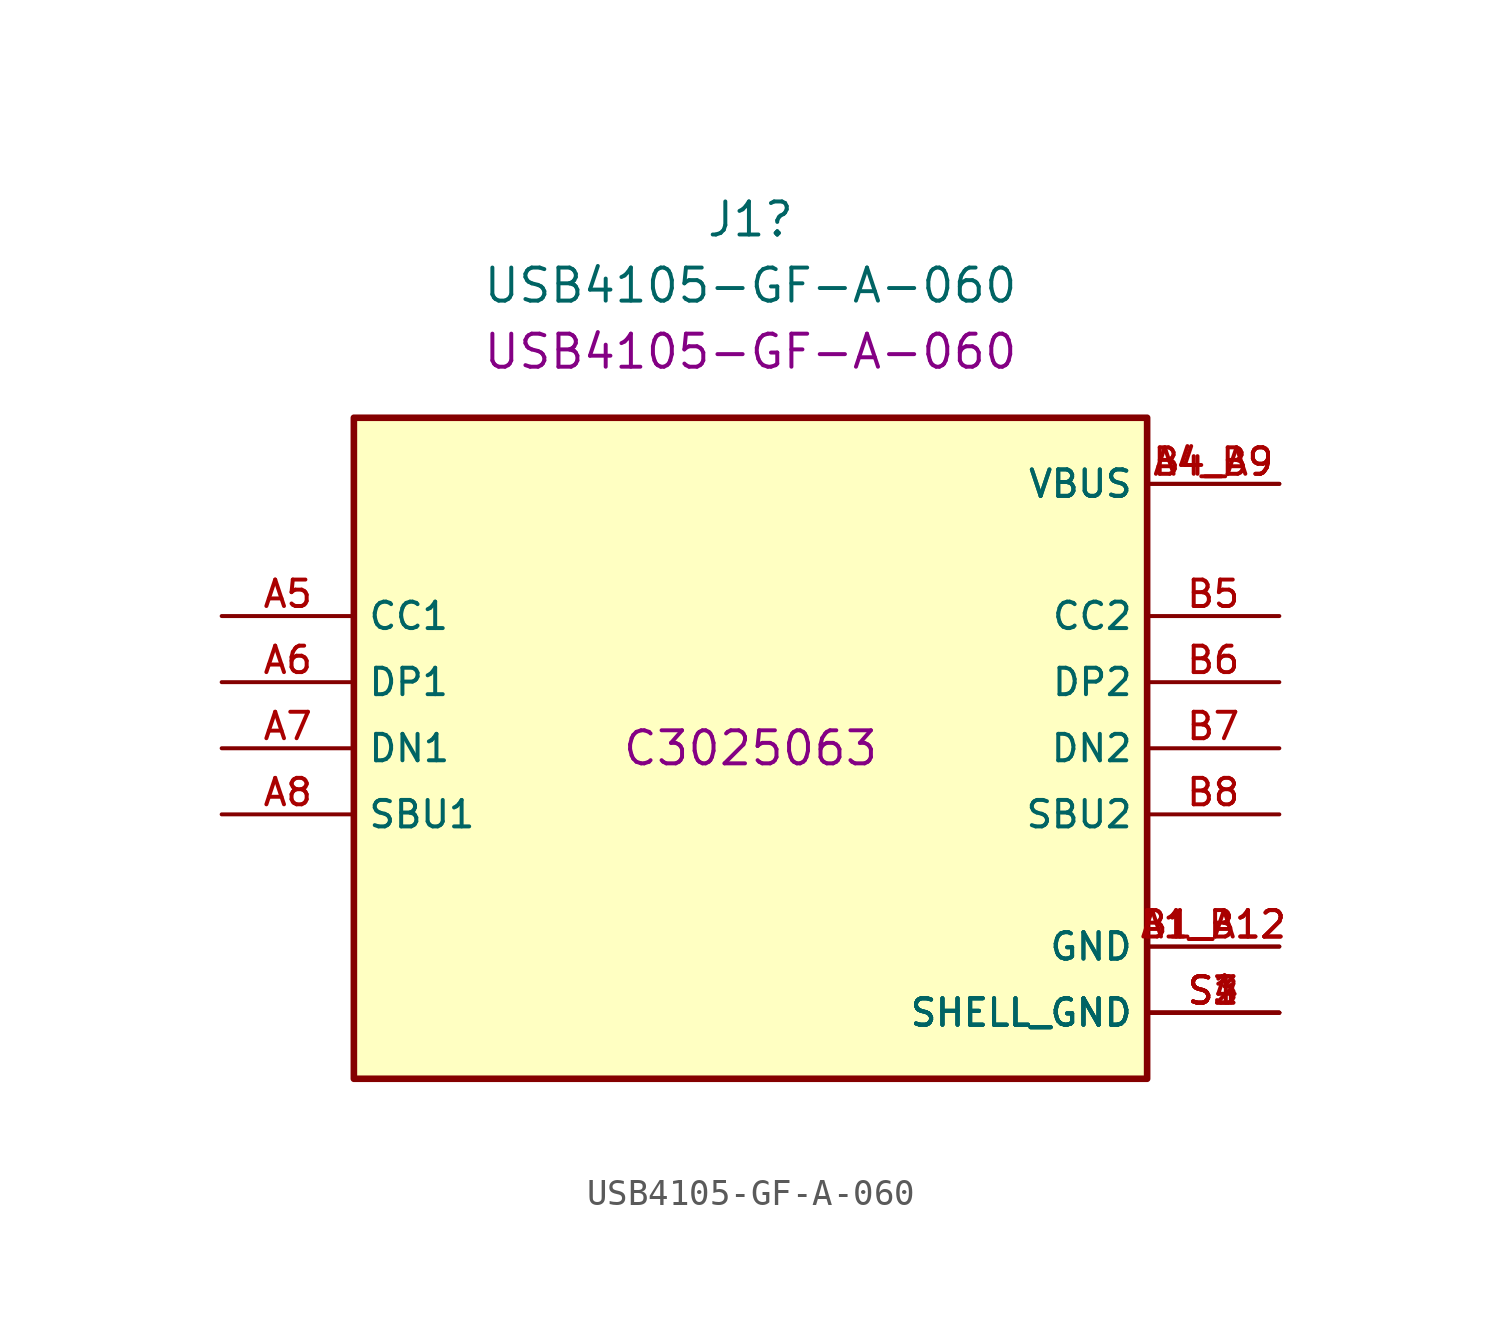
<source format=kicad_sym>
(kicad_symbol_lib
  (version 20231120)
  (generator "kicad_symbol_editor")
  (generator_version "8.0")
  (symbol "USB4105-GF-A-060"
    (property "Reference" "J1"
      (at 0 20.32 0)
      (effects (font (size 1.27 1.27))))
    (property "Value" "USB4105-GF-A-060"
      (at 0 17.78 0)
      (effects (font (size 1.27 1.27))))
    (property "MPN" "USB4105-GF-A-060"
      (at 0 15.24 0)
      (effects (font (size 1.27 1.27))))
    (property "JLPCB" "C3025063"
      (at 0 0 0)
      (effects (font (size 1.27 1.27))))
    (symbol "USB4105-GF-A-060_0_0"
      (rectangle (start -15.24 12.7) (end 15.24 -12.7) (stroke (width 0.254) (type default)) (fill (type background)))
      (pin power_in line (at 20.32 -7.62 180) (length 5.08) (name "GND" (effects (font (size 1.016 1.016)))) (number "A1_B12" (effects (font (size 1.016 1.016)))))
      (pin power_in line (at 20.32 10.16 180) (length 5.08) (name "VBUS" (effects (font (size 1.016 1.016)))) (number "A4_B9" (effects (font (size 1.016 1.016)))))
      (pin bidirectional line (at -20.32 5.08 0) (length 5.08) (name "CC1" (effects (font (size 1.016 1.016)))) (number "A5" (effects (font (size 1.016 1.016)))))
      (pin bidirectional line (at -20.32 2.54 0) (length 5.08) (name "DP1" (effects (font (size 1.016 1.016)))) (number "A6" (effects (font (size 1.016 1.016)))))
      (pin bidirectional line (at -20.32 0 0) (length 5.08) (name "DN1" (effects (font (size 1.016 1.016)))) (number "A7" (effects (font (size 1.016 1.016)))))
      (pin bidirectional line (at -20.32 -2.54 0) (length 5.08) (name "SBU1" (effects (font (size 1.016 1.016)))) (number "A8" (effects (font (size 1.016 1.016)))))
      (pin power_in line (at 20.32 -7.62 180) (length 5.08) (name "GND" (effects (font (size 1.016 1.016)))) (number "B1_A12" (effects (font (size 1.016 1.016)))))
      (pin power_in line (at 20.32 10.16 180) (length 5.08) (name "VBUS" (effects (font (size 1.016 1.016)))) (number "B4_A9" (effects (font (size 1.016 1.016)))))
      (pin bidirectional line (at 20.32 5.08 180) (length 5.08) (name "CC2" (effects (font (size 1.016 1.016)))) (number "B5" (effects (font (size 1.016 1.016)))))
      (pin bidirectional line (at 20.32 2.54 180) (length 5.08) (name "DP2" (effects (font (size 1.016 1.016)))) (number "B6" (effects (font (size 1.016 1.016)))))
      (pin bidirectional line (at 20.32 0 180) (length 5.08) (name "DN2" (effects (font (size 1.016 1.016)))) (number "B7" (effects (font (size 1.016 1.016)))))
      (pin bidirectional line (at 20.32 -2.54 180) (length 5.08) (name "SBU2" (effects (font (size 1.016 1.016)))) (number "B8" (effects (font (size 1.016 1.016)))))
      (pin power_in line (at 20.32 -10.16 180) (length 5.08) (name "SHELL_GND" (effects (font (size 1.016 1.016)))) (number "S1" (effects (font (size 1.016 1.016)))))
      (pin power_in line (at 20.32 -10.16 180) (length 5.08) (name "SHELL_GND" (effects (font (size 1.016 1.016)))) (number "S2" (effects (font (size 1.016 1.016)))))
      (pin power_in line (at 20.32 -10.16 180) (length 5.08) (name "SHELL_GND" (effects (font (size 1.016 1.016)))) (number "S3" (effects (font (size 1.016 1.016)))))
      (pin power_in line (at 20.32 -10.16 180) (length 5.08) (name "SHELL_GND" (effects (font (size 1.016 1.016)))) (number "S4" (effects (font (size 1.016 1.016))))))))
</source>
